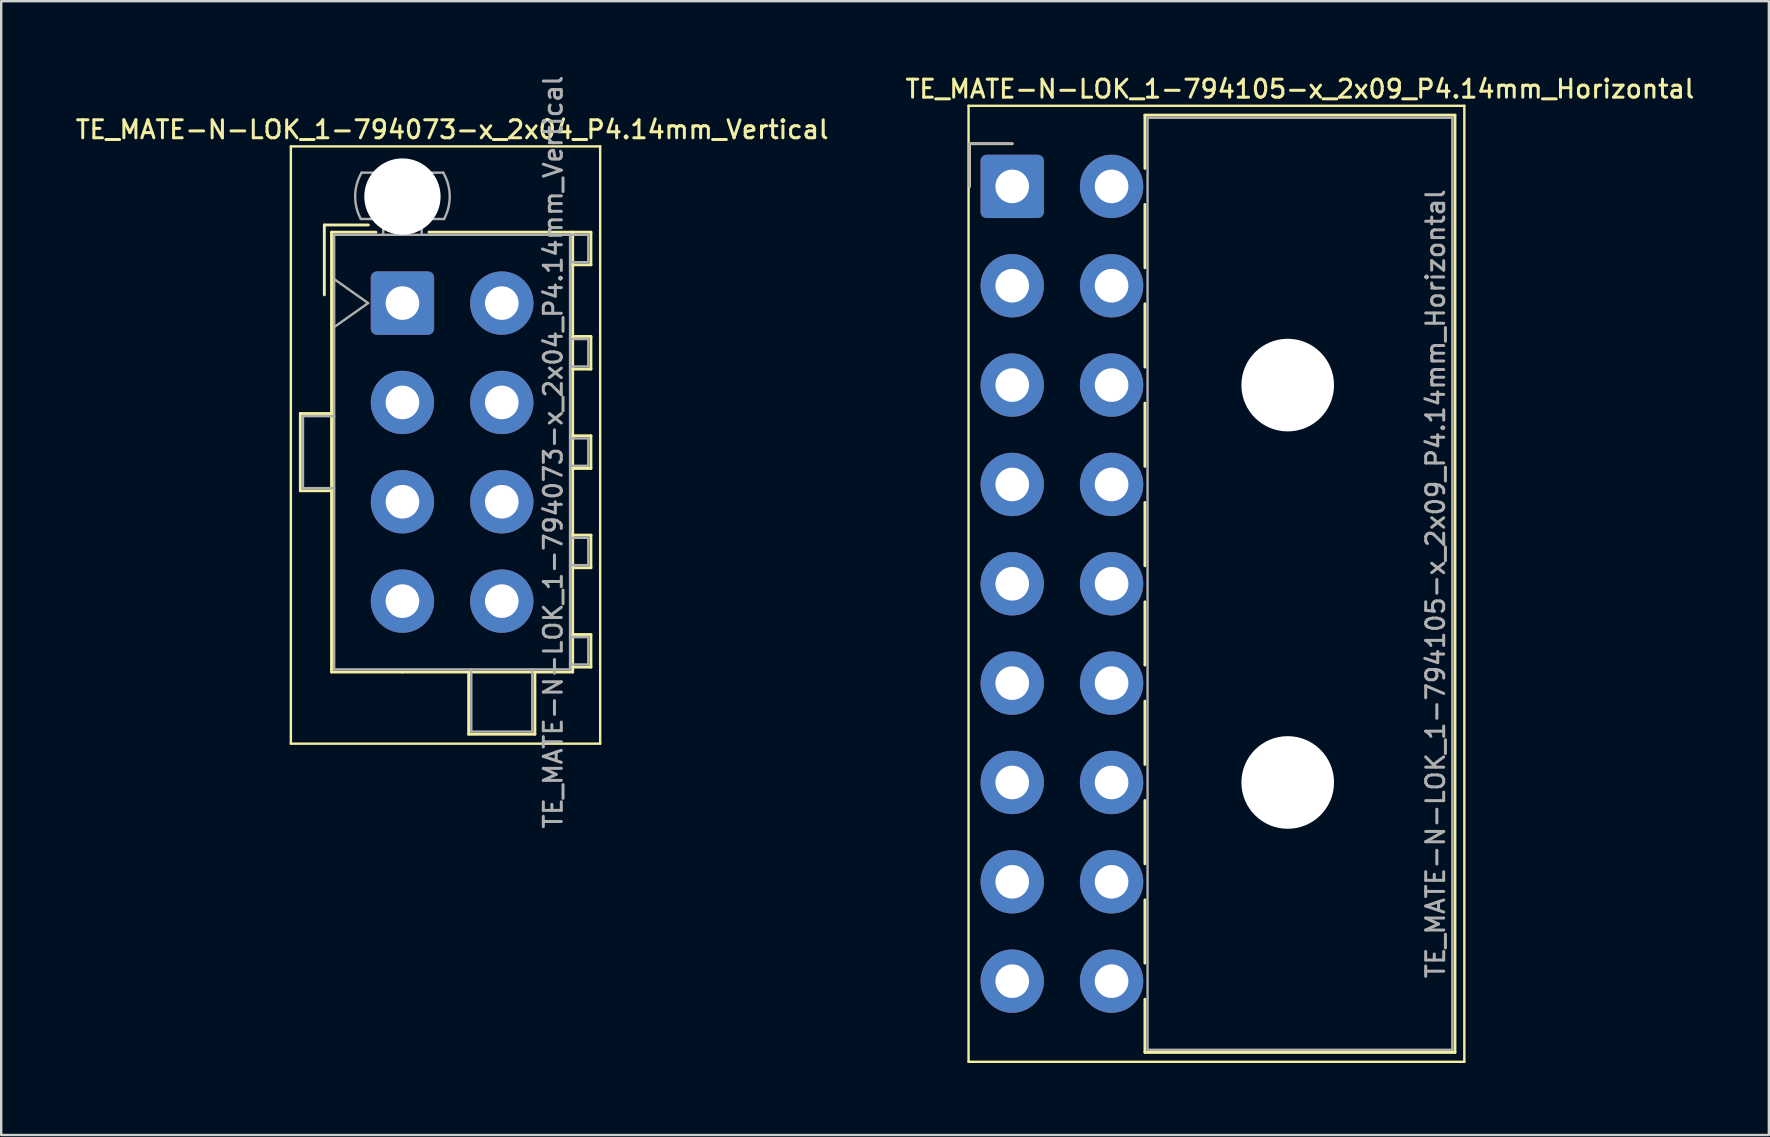
<source format=kicad_pcb>
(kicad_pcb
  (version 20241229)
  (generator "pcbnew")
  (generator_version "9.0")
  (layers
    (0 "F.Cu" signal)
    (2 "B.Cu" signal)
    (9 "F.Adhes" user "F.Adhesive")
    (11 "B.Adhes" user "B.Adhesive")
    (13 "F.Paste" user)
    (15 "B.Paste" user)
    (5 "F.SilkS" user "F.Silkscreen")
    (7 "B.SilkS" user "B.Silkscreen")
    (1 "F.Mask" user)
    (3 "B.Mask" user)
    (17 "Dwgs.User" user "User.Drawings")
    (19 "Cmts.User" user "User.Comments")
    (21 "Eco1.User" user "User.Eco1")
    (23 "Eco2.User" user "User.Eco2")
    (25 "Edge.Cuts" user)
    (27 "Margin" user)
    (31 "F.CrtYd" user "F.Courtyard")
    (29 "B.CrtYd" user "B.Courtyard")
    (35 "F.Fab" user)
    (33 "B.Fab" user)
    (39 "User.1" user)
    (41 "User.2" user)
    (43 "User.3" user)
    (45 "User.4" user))
  (footprint "TE_MATE-N-LOK_1-794073-x_2x04_P4.14mm_Vertical"
    (layer "F.Cu")
    (at 13.721 9.581)
    (property "Reference" "TE_MATE-N-LOK_1-794073-x_2x04_P4.14mm_Vertical" (at 2.07 -7.23 0) (layer "F.SilkS") (effects (font (size 0.75 0.75) (thickness 0.125))))
    (attr through_hole)
    (fp_line (start -4.65 -6.53) (end -4.65 18.36) (stroke (width 0.1) (type solid)) (layer "F.SilkS"))
    (fp_line (start -4.65 18.36) (end 8.24 18.36) (stroke (width 0.1) (type solid)) (layer "F.SilkS"))
    (fp_line (start -4.255 4.6) (end -4.255 7.82) (stroke (width 0.12) (type solid)) (layer "F.SilkS"))
    (fp_line (start -4.255 7.82) (end -2.955 7.82) (stroke (width 0.12) (type solid)) (layer "F.SilkS"))
    (fp_line (start -3.255 -3.255) (end -3.255 -0.345) (stroke (width 0.12) (type solid)) (layer "F.SilkS"))
    (fp_line (start -2.955 -2.955) (end -2.955 15.375) (stroke (width 0.12) (type solid)) (layer "F.SilkS"))
    (fp_line (start -2.955 4.6) (end -4.255 4.6) (stroke (width 0.12) (type solid)) (layer "F.SilkS"))
    (fp_line (start -2.955 15.375) (end 0 15.375) (stroke (width 0.12) (type solid)) (layer "F.SilkS"))
    (fp_line (start -1.421 -3.255) (end -3.255 -3.255) (stroke (width 0.12) (type solid)) (layer "F.SilkS"))
    (fp_line (start -1.103 -2.955) (end -2.955 -2.955) (stroke (width 0.12) (type solid)) (layer "F.SilkS"))
    (fp_line (start 1.103 -2.955) (end 7.095 -2.955) (stroke (width 0.12) (type solid)) (layer "F.SilkS"))
    (fp_line (start 2.76 15.375) (end 2.76 17.966) (stroke (width 0.12) (type solid)) (layer "F.SilkS"))
    (fp_line (start 2.76 17.966) (end 5.52 17.966) (stroke (width 0.12) (type solid)) (layer "F.SilkS"))
    (fp_line (start 5.52 17.966) (end 5.52 15.375) (stroke (width 0.12) (type solid)) (layer "F.SilkS"))
    (fp_line (start 7.095 -2.955) (end 7.095 15.375) (stroke (width 0.12) (type solid)) (layer "F.SilkS"))
    (fp_line (start 7.095 -2.955) (end 7.855 -2.955) (stroke (width 0.12) (type solid)) (layer "F.SilkS"))
    (fp_line (start 7.095 1.39) (end 7.855 1.39) (stroke (width 0.12) (type solid)) (layer "F.SilkS"))
    (fp_line (start 7.095 5.53) (end 7.855 5.53) (stroke (width 0.12) (type solid)) (layer "F.SilkS"))
    (fp_line (start 7.095 9.67) (end 7.855 9.67) (stroke (width 0.12) (type solid)) (layer "F.SilkS"))
    (fp_line (start 7.095 13.81) (end 7.855 13.81) (stroke (width 0.12) (type solid)) (layer "F.SilkS"))
    (fp_line (start 7.095 15.375) (end 0 15.375) (stroke (width 0.12) (type solid)) (layer "F.SilkS"))
    (fp_line (start 7.855 -2.955) (end 7.855 -1.595) (stroke (width 0.12) (type solid)) (layer "F.SilkS"))
    (fp_line (start 7.855 -1.595) (end 7.095 -1.595) (stroke (width 0.12) (type solid)) (layer "F.SilkS"))
    (fp_line (start 7.855 1.39) (end 7.855 2.75) (stroke (width 0.12) (type solid)) (layer "F.SilkS"))
    (fp_line (start 7.855 2.75) (end 7.095 2.75) (stroke (width 0.12) (type solid)) (layer "F.SilkS"))
    (fp_line (start 7.855 5.53) (end 7.855 6.89) (stroke (width 0.12) (type solid)) (layer "F.SilkS"))
    (fp_line (start 7.855 6.89) (end 7.095 6.89) (stroke (width 0.12) (type solid)) (layer "F.SilkS"))
    (fp_line (start 7.855 9.67) (end 7.855 11.03) (stroke (width 0.12) (type solid)) (layer "F.SilkS"))
    (fp_line (start 7.855 11.03) (end 7.095 11.03) (stroke (width 0.12) (type solid)) (layer "F.SilkS"))
    (fp_line (start 7.855 13.81) (end 7.855 15.17) (stroke (width 0.12) (type solid)) (layer "F.SilkS"))
    (fp_line (start 7.855 15.17) (end 7.095 15.17) (stroke (width 0.12) (type solid)) (layer "F.SilkS"))
    (fp_line (start 8.24 -6.53) (end -4.65 -6.53) (stroke (width 0.1) (type solid)) (layer "F.SilkS"))
    (fp_line (start 8.24 18.36) (end 8.24 -6.53) (stroke (width 0.1) (type solid)) (layer "F.SilkS"))
    (fp_line (start -4.145 4.71) (end -4.145 7.71) (stroke (width 0.1) (type solid)) (layer "F.Fab"))
    (fp_line (start -4.145 7.71) (end -2.845 7.71) (stroke (width 0.1) (type solid)) (layer "F.Fab"))
    (fp_line (start -2.845 -2.845) (end -2.845 15.265) (stroke (width 0.1) (type solid)) (layer "F.Fab"))
    (fp_line (start -2.845 -1) (end -1.431 0) (stroke (width 0.1) (type solid)) (layer "F.Fab"))
    (fp_line (start -2.845 4.71) (end -4.145 4.71) (stroke (width 0.1) (type solid)) (layer "F.Fab"))
    (fp_line (start -2.845 15.265) (end 6.985 15.265) (stroke (width 0.1) (type solid)) (layer "F.Fab"))
    (fp_line (start -1.431 0) (end -2.845 1) (stroke (width 0.1) (type solid)) (layer "F.Fab"))
    (fp_line (start -0.8 -2.845) (end -0.8 -3.505) (stroke (width 0.1) (type solid)) (layer "F.Fab"))
    (fp_line (start 0.8 -2.845) (end 0.8 -3.505) (stroke (width 0.1) (type solid)) (layer "F.Fab"))
    (fp_line (start 1.7 -5.436) (end -1.7 -5.436) (stroke (width 0.1) (type solid)) (layer "F.Fab"))
    (fp_line (start 1.734 -3.505) (end -1.734 -3.505) (stroke (width 0.1) (type solid)) (layer "F.Fab"))
    (fp_line (start 2.87 15.265) (end 2.87 17.856) (stroke (width 0.1) (type solid)) (layer "F.Fab"))
    (fp_line (start 2.87 17.856) (end 5.41 17.856) (stroke (width 0.1) (type solid)) (layer "F.Fab"))
    (fp_line (start 5.41 17.856) (end 5.41 15.265) (stroke (width 0.1) (type solid)) (layer "F.Fab"))
    (fp_line (start 6.985 -2.845) (end -2.845 -2.845) (stroke (width 0.1) (type solid)) (layer "F.Fab"))
    (fp_line (start 6.985 -2.845) (end 7.745 -2.845) (stroke (width 0.1) (type solid)) (layer "F.Fab"))
    (fp_line (start 6.985 1.5) (end 7.745 1.5) (stroke (width 0.1) (type solid)) (layer "F.Fab"))
    (fp_line (start 6.985 5.64) (end 7.745 5.64) (stroke (width 0.1) (type solid)) (layer "F.Fab"))
    (fp_line (start 6.985 9.78) (end 7.745 9.78) (stroke (width 0.1) (type solid)) (layer "F.Fab"))
    (fp_line (start 6.985 13.92) (end 7.745 13.92) (stroke (width 0.1) (type solid)) (layer "F.Fab"))
    (fp_line (start 6.985 15.265) (end 6.985 -2.845) (stroke (width 0.1) (type solid)) (layer "F.Fab"))
    (fp_line (start 7.745 -2.845) (end 7.745 -1.705) (stroke (width 0.1) (type solid)) (layer "F.Fab"))
    (fp_line (start 7.745 -1.705) (end 6.985 -1.705) (stroke (width 0.1) (type solid)) (layer "F.Fab"))
    (fp_line (start 7.745 1.5) (end 7.745 2.64) (stroke (width 0.1) (type solid)) (layer "F.Fab"))
    (fp_line (start 7.745 2.64) (end 6.985 2.64) (stroke (width 0.1) (type solid)) (layer "F.Fab"))
    (fp_line (start 7.745 5.64) (end 7.745 6.78) (stroke (width 0.1) (type solid)) (layer "F.Fab"))
    (fp_line (start 7.745 6.78) (end 6.985 6.78) (stroke (width 0.1) (type solid)) (layer "F.Fab"))
    (fp_line (start 7.745 9.78) (end 7.745 10.92) (stroke (width 0.1) (type solid)) (layer "F.Fab"))
    (fp_line (start 7.745 10.92) (end 6.985 10.92) (stroke (width 0.1) (type solid)) (layer "F.Fab"))
    (fp_line (start 7.745 13.92) (end 7.745 15.06) (stroke (width 0.1) (type solid)) (layer "F.Fab"))
    (fp_line (start 7.745 15.06) (end 6.985 15.06) (stroke (width 0.1) (type solid)) (layer "F.Fab"))
    (fp_arc (start -1.733977 -3.505) (mid -1.96969 -4.474992) (end -1.699672 -5.436) (stroke (width 0.1) (type solid)) (layer "F.Fab"))
    (fp_arc (start 1.699672 -5.436) (mid 1.969689 -4.474992) (end 1.733977 -3.505) (stroke (width 0.1) (type solid)) (layer "F.Fab"))
    (fp_text user "${REFERENCE}" (at 6.28 6.21 90) (layer "F.Fab") (effects (font (size 0.75 0.75) (thickness 0.125))))
    (pad "" np_thru_hole circle (at 0 -4.44) (size 3.18 3.18) (drill 3.18) (layers "*.Cu" "*.Mask"))
    (pad "1" thru_hole roundrect (at 0 0) (size 2.64 2.64) (drill 1.4) (layers "*.Cu" "*.Mask") (roundrect_rratio 0.095))
    (pad "2" thru_hole circle (at 0 4.14) (size 2.64 2.64) (drill 1.4) (layers "*.Cu" "*.Mask"))
    (pad "3" thru_hole circle (at 0 8.28) (size 2.64 2.64) (drill 1.4) (layers "*.Cu" "*.Mask"))
    (pad "4" thru_hole circle (at 0 12.42) (size 2.64 2.64) (drill 1.4) (layers "*.Cu" "*.Mask"))
    (pad "5" thru_hole circle (at 4.14 0) (size 2.64 2.64) (drill 1.4) (layers "*.Cu" "*.Mask"))
    (pad "6" thru_hole circle (at 4.14 4.14) (size 2.64 2.64) (drill 1.4) (layers "*.Cu" "*.Mask"))
    (pad "7" thru_hole circle (at 4.14 8.28) (size 2.64 2.64) (drill 1.4) (layers "*.Cu" "*.Mask"))
    (pad "8" thru_hole circle (at 4.14 12.42) (size 2.64 2.64) (drill 1.4) (layers "*.Cu" "*.Mask")))
  (footprint "TE_MATE-N-LOK_1-794105-x_2x09_P4.14mm_Horizontal"
    (layer "F.Cu")
    (at 39.133 4.718)
    (property "Reference" "TE_MATE-N-LOK_1-794105-x_2x09_P4.14mm_Horizontal" (at 11.99 -4.06 0) (layer "F.SilkS") (effects (font (size 0.75 0.75) (thickness 0.125))))
    (attr through_hole)
    (fp_line (start -1.82 -3.36) (end -1.82 36.48) (stroke (width 0.1) (type solid)) (layer "F.SilkS"))
    (fp_line (start -1.82 36.48) (end 18.84 36.48) (stroke (width 0.1) (type solid)) (layer "F.SilkS"))
    (fp_line (start -1.78 -1.78) (end -1.78 0) (stroke (width 0.12) (type solid)) (layer "F.SilkS"))
    (fp_line (start 0 -1.78) (end -1.78 -1.78) (stroke (width 0.12) (type solid)) (layer "F.SilkS"))
    (fp_line (start 5.53 -2.97) (end 18.45 -2.97) (stroke (width 0.12) (type solid)) (layer "F.SilkS"))
    (fp_line (start 5.53 -0.751) (end 5.53 -2.97) (stroke (width 0.12) (type solid)) (layer "F.SilkS"))
    (fp_line (start 5.53 0.751) (end 5.53 3.389) (stroke (width 0.12) (type solid)) (layer "F.SilkS"))
    (fp_line (start 5.53 4.891) (end 5.53 7.529) (stroke (width 0.12) (type solid)) (layer "F.SilkS"))
    (fp_line (start 5.53 9.031) (end 5.53 11.669) (stroke (width 0.12) (type solid)) (layer "F.SilkS"))
    (fp_line (start 5.53 13.171) (end 5.53 15.809) (stroke (width 0.12) (type solid)) (layer "F.SilkS"))
    (fp_line (start 5.53 17.311) (end 5.53 19.949) (stroke (width 0.12) (type solid)) (layer "F.SilkS"))
    (fp_line (start 5.53 21.451) (end 5.53 24.089) (stroke (width 0.12) (type solid)) (layer "F.SilkS"))
    (fp_line (start 5.53 25.591) (end 5.53 28.229) (stroke (width 0.12) (type solid)) (layer "F.SilkS"))
    (fp_line (start 5.53 29.731) (end 5.53 32.369) (stroke (width 0.12) (type solid)) (layer "F.SilkS"))
    (fp_line (start 5.53 36.09) (end 5.53 33.871) (stroke (width 0.12) (type solid)) (layer "F.SilkS"))
    (fp_line (start 18.45 -2.97) (end 18.45 36.09) (stroke (width 0.12) (type solid)) (layer "F.SilkS"))
    (fp_line (start 18.45 36.09) (end 5.53 36.09) (stroke (width 0.12) (type solid)) (layer "F.SilkS"))
    (fp_line (start 18.84 -3.36) (end -1.82 -3.36) (stroke (width 0.1) (type solid)) (layer "F.SilkS"))
    (fp_line (start 18.84 36.48) (end 18.84 -3.36) (stroke (width 0.1) (type solid)) (layer "F.SilkS"))
    (fp_line (start -1.78 -1.78) (end -1.78 0) (stroke (width 0.1) (type solid)) (layer "F.Fab"))
    (fp_line (start 0 -1.78) (end -1.78 -1.78) (stroke (width 0.1) (type solid)) (layer "F.Fab"))
    (fp_line (start 5.64 -2.86) (end 5.64 35.98) (stroke (width 0.1) (type solid)) (layer "F.Fab"))
    (fp_line (start 5.64 35.98) (end 18.34 35.98) (stroke (width 0.1) (type solid)) (layer "F.Fab"))
    (fp_line (start 18.34 -2.86) (end 5.64 -2.86) (stroke (width 0.1) (type solid)) (layer "F.Fab"))
    (fp_line (start 18.34 35.98) (end 18.34 -2.86) (stroke (width 0.1) (type solid)) (layer "F.Fab"))
    (fp_text user "${REFERENCE}" (at 17.64 16.56 90) (layer "F.Fab") (effects (font (size 0.75 0.75) (thickness 0.125))))
    (pad "" np_thru_hole circle (at 11.48 8.28) (size 3.86 3.86) (drill 3.86) (layers "*.Cu" "*.Mask"))
    (pad "" np_thru_hole circle (at 11.48 24.84) (size 3.86 3.86) (drill 3.86) (layers "*.Cu" "*.Mask"))
    (pad "1" thru_hole roundrect (at 0 0) (size 2.64 2.64) (drill 1.4) (layers "*.Cu" "*.Mask") (roundrect_rratio 0.095))
    (pad "2" thru_hole circle (at 0 4.14) (size 2.64 2.64) (drill 1.4) (layers "*.Cu" "*.Mask"))
    (pad "3" thru_hole circle (at 0 8.28) (size 2.64 2.64) (drill 1.4) (layers "*.Cu" "*.Mask"))
    (pad "4" thru_hole circle (at 0 12.42) (size 2.64 2.64) (drill 1.4) (layers "*.Cu" "*.Mask"))
    (pad "5" thru_hole circle (at 0 16.56) (size 2.64 2.64) (drill 1.4) (layers "*.Cu" "*.Mask"))
    (pad "6" thru_hole circle (at 0 20.7) (size 2.64 2.64) (drill 1.4) (layers "*.Cu" "*.Mask"))
    (pad "7" thru_hole circle (at 0 24.84) (size 2.64 2.64) (drill 1.4) (layers "*.Cu" "*.Mask"))
    (pad "8" thru_hole circle (at 0 28.98) (size 2.64 2.64) (drill 1.4) (layers "*.Cu" "*.Mask"))
    (pad "9" thru_hole circle (at 0 33.12) (size 2.64 2.64) (drill 1.4) (layers "*.Cu" "*.Mask"))
    (pad "10" thru_hole circle (at 4.14 0) (size 2.64 2.64) (drill 1.4) (layers "*.Cu" "*.Mask"))
    (pad "11" thru_hole circle (at 4.14 4.14) (size 2.64 2.64) (drill 1.4) (layers "*.Cu" "*.Mask"))
    (pad "12" thru_hole circle (at 4.14 8.28) (size 2.64 2.64) (drill 1.4) (layers "*.Cu" "*.Mask"))
    (pad "13" thru_hole circle (at 4.14 12.42) (size 2.64 2.64) (drill 1.4) (layers "*.Cu" "*.Mask"))
    (pad "14" thru_hole circle (at 4.14 16.56) (size 2.64 2.64) (drill 1.4) (layers "*.Cu" "*.Mask"))
    (pad "15" thru_hole circle (at 4.14 20.7) (size 2.64 2.64) (drill 1.4) (layers "*.Cu" "*.Mask"))
    (pad "16" thru_hole circle (at 4.14 24.84) (size 2.64 2.64) (drill 1.4) (layers "*.Cu" "*.Mask"))
    (pad "17" thru_hole circle (at 4.14 28.98) (size 2.64 2.64) (drill 1.4) (layers "*.Cu" "*.Mask"))
    (pad "18" thru_hole circle (at 4.14 33.12) (size 2.64 2.64) (drill 1.4) (layers "*.Cu" "*.Mask")))
  (gr_rect
    (start -3 -3)
    (end 70.664 44.248)
    (stroke (width 0.1) (type default))
    (fill no)
    (layer "Edge.Cuts")))
</source>
